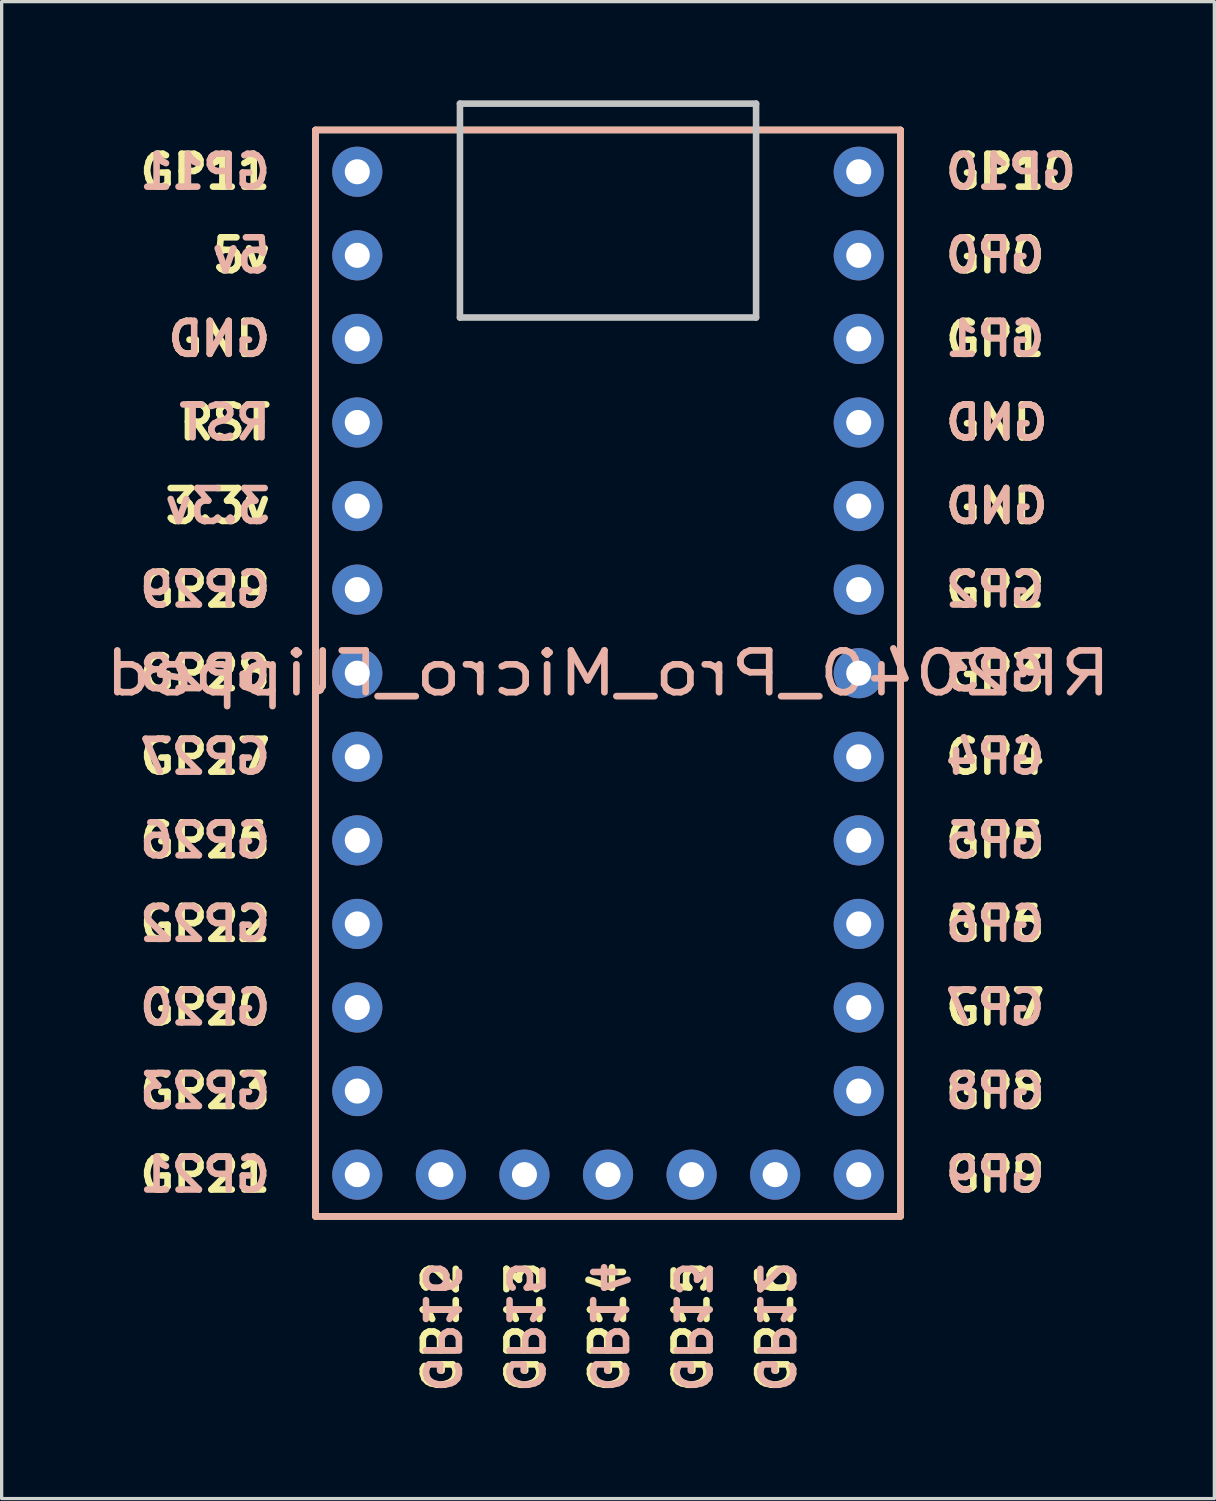
<source format=kicad_pcb>
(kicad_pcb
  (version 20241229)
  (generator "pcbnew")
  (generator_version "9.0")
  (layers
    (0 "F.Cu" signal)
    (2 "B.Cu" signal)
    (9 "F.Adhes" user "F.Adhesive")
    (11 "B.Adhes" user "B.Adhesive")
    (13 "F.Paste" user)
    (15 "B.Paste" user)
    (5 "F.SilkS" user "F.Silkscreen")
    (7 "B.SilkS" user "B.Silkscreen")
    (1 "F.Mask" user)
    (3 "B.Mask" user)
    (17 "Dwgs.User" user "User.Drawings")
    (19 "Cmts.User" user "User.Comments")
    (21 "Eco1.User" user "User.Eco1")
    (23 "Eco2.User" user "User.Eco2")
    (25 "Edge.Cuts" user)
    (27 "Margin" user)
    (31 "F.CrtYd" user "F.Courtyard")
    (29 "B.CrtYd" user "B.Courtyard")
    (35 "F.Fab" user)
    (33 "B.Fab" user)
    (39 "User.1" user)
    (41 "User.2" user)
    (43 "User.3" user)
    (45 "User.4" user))
  (footprint "RP2040_Pro_Micro_Flipped"
    (layer "F.Cu")
    (at 15.429 18.68)
    (property "Reference" "RP2040_Pro_Micro_Flipped" (at 0 -1.27 0) (layer "B.SilkS") (effects (font (size 1.27 1.524) (thickness 0.203)) (justify mirror)))
    (attr through_hole)
    (fp_line (start -8.89 -17.78) (end -8.89 15.24) (stroke (width 0.2) (type solid)) (layer "F.SilkS"))
    (fp_line (start -8.89 15.24) (end 8.89 15.24) (stroke (width 0.2) (type solid)) (layer "F.SilkS"))
    (fp_line (start 8.89 -17.78) (end -8.89 -17.78) (stroke (width 0.2) (type solid)) (layer "F.SilkS"))
    (fp_line (start 8.89 15.24) (end 8.89 -17.78) (stroke (width 0.2) (type solid)) (layer "F.SilkS"))
    (fp_line (start -8.89 -17.78) (end -8.89 15.24) (stroke (width 0.2) (type solid)) (layer "B.SilkS"))
    (fp_line (start -8.89 15.24) (end 8.89 15.24) (stroke (width 0.2) (type solid)) (layer "B.SilkS"))
    (fp_line (start 8.89 -17.78) (end -8.89 -17.78) (stroke (width 0.2) (type solid)) (layer "B.SilkS"))
    (fp_line (start 8.89 15.24) (end 8.89 -17.78) (stroke (width 0.2) (type solid)) (layer "B.SilkS"))
    (fp_line (start -4.5 -18.58) (end -4.5 -12.08) (stroke (width 0.2) (type default)) (layer "Dwgs.User"))
    (fp_line (start -4.5 -18.58) (end 4.5 -18.58) (stroke (width 0.2) (type default)) (layer "Dwgs.User"))
    (fp_line (start -4.5 -12.08) (end 4.5 -12.08) (stroke (width 0.2) (type default)) (layer "Dwgs.User"))
    (fp_line (start 4.5 -18.58) (end 4.5 -12.08) (stroke (width 0.2) (type default)) (layer "Dwgs.User"))
    (fp_text user "GND" (at -10.16 -11.43 0) (unlocked yes) (layer "F.SilkS") (effects (font (size 1 1) (thickness 0.2) (bold yes)) (justify right)))
    (fp_text user "GP10" (at 10.16 -16.51 0) (unlocked yes) (layer "F.SilkS") (effects (font (size 1 1) (thickness 0.2) (bold yes)) (justify left)))
    (fp_text user "GP9" (at 10.16 13.97 0) (unlocked yes) (layer "F.SilkS") (effects (font (size 1 1) (thickness 0.2) (bold yes)) (justify left)))
    (fp_text user "GP7" (at 10.16 8.89 0) (unlocked yes) (layer "F.SilkS") (effects (font (size 1 1) (thickness 0.2) (bold yes)) (justify left)))
    (fp_text user "GP21" (at -10.16 13.97 0) (unlocked yes) (layer "F.SilkS") (effects (font (size 1 1) (thickness 0.2) (bold yes)) (justify right)))
    (fp_text user "GND" (at 10.16 -8.89 0) (unlocked yes) (layer "F.SilkS") (effects (font (size 1 1) (thickness 0.2) (bold yes)) (justify left)))
    (fp_text user "GP13" (at -2.54 16.51 90) (unlocked yes) (layer "F.SilkS") (effects (font (size 1 1) (thickness 0.2) (bold yes)) (justify right)))
    (fp_text user "GP2" (at 10.16 -3.81 0) (unlocked yes) (layer "F.SilkS") (effects (font (size 1 1) (thickness 0.2) (bold yes)) (justify left)))
    (fp_text user "GP15" (at 2.54 16.51 90) (unlocked yes) (layer "F.SilkS") (effects (font (size 1 1) (thickness 0.2) (bold yes)) (justify right)))
    (fp_text user "GP8" (at 10.16 11.43 0) (unlocked yes) (layer "F.SilkS") (effects (font (size 1 1) (thickness 0.2) (bold yes)) (justify left)))
    (fp_text user "GP22" (at -10.16 6.35 0) (unlocked yes) (layer "F.SilkS") (effects (font (size 1 1) (thickness 0.2) (bold yes)) (justify right)))
    (fp_text user "GP1" (at 10.16 -11.43 0) (unlocked yes) (layer "F.SilkS") (effects (font (size 1 1) (thickness 0.2) (bold yes)) (justify left)))
    (fp_text user "GP28" (at -10.16 -1.27 0) (unlocked yes) (layer "F.SilkS") (effects (font (size 1 1) (thickness 0.2) (bold yes)) (justify right)))
    (fp_text user "GP26" (at -10.16 3.81 0) (unlocked yes) (layer "F.SilkS") (effects (font (size 1 1) (thickness 0.2) (bold yes)) (justify right)))
    (fp_text user "GP20" (at -10.16 8.89 0) (unlocked yes) (layer "F.SilkS") (effects (font (size 1 1) (thickness 0.2) (bold yes)) (justify right)))
    (fp_text user "GP6" (at 10.16 6.35 0) (unlocked yes) (layer "F.SilkS") (effects (font (size 1 1) (thickness 0.2) (bold yes)) (justify left)))
    (fp_text user "5v" (at -10.16 -13.97 0) (unlocked yes) (layer "F.SilkS") (effects (font (size 1 1) (thickness 0.2) (bold yes)) (justify right)))
    (fp_text user "GP3" (at 10.16 -1.27 0) (unlocked yes) (layer "F.SilkS") (effects (font (size 1 1) (thickness 0.2) (bold yes)) (justify left)))
    (fp_text user "GP0" (at 10.16 -13.97 0) (unlocked yes) (layer "F.SilkS") (effects (font (size 1 1) (thickness 0.2) (bold yes)) (justify left)))
    (fp_text user "GP4" (at 10.16 1.27 0) (unlocked yes) (layer "F.SilkS") (effects (font (size 1 1) (thickness 0.2) (bold yes)) (justify left)))
    (fp_text user "GP16" (at 5.08 16.51 90) (unlocked yes) (layer "F.SilkS") (effects (font (size 1 1) (thickness 0.2) (bold yes)) (justify right)))
    (fp_text user "GP29" (at -10.16 -3.81 0) (unlocked yes) (layer "F.SilkS") (effects (font (size 1 1) (thickness 0.2) (bold yes)) (justify right)))
    (fp_text user "GP11" (at -10.16 -16.51 0) (unlocked yes) (layer "F.SilkS") (effects (font (size 1 1) (thickness 0.2) (bold yes)) (justify right)))
    (fp_text user "GP12" (at -5.08 16.51 90) (unlocked yes) (layer "F.SilkS") (effects (font (size 1 1) (thickness 0.2) (bold yes)) (justify right)))
    (fp_text user "GP14" (at 0 16.51 90) (unlocked yes) (layer "F.SilkS") (effects (font (size 1 1) (thickness 0.2) (bold yes)) (justify right)))
    (fp_text user "GP23" (at -10.16 11.43 0) (unlocked yes) (layer "F.SilkS") (effects (font (size 1 1) (thickness 0.2) (bold yes)) (justify right)))
    (fp_text user "GP5" (at 10.16 3.81 0) (unlocked yes) (layer "F.SilkS") (effects (font (size 1 1) (thickness 0.2) (bold yes)) (justify left)))
    (fp_text user "GND" (at 10.16 -6.35 0) (unlocked yes) (layer "F.SilkS") (effects (font (size 1 1) (thickness 0.2) (bold yes)) (justify left)))
    (fp_text user "GP27" (at -10.16 1.27 0) (unlocked yes) (layer "F.SilkS") (effects (font (size 1 1) (thickness 0.2) (bold yes)) (justify right)))
    (fp_text user "3.3v" (at -10.16 -6.35 0) (unlocked yes) (layer "F.SilkS") (effects (font (size 1 1) (thickness 0.2) (bold yes)) (justify right)))
    (fp_text user "RST" (at -10.16 -8.89 0) (unlocked yes) (layer "F.SilkS") (effects (font (size 1 1) (thickness 0.2) (bold yes)) (justify right)))
    (fp_text user "GP22" (at -10.16 6.35 0) (unlocked yes) (layer "B.SilkS") (effects (font (size 1 1) (thickness 0.2) (bold yes)) (justify left mirror)))
    (fp_text user "GP21" (at -10.16 13.97 0) (unlocked yes) (layer "B.SilkS") (effects (font (size 1 1) (thickness 0.2) (bold yes)) (justify left mirror)))
    (fp_text user "RST" (at -10.16 -8.89 0) (unlocked yes) (layer "B.SilkS") (effects (font (size 1 1) (thickness 0.2) (bold yes)) (justify left mirror)))
    (fp_text user "GND" (at -10.16 -11.43 0) (unlocked yes) (layer "B.SilkS") (effects (font (size 1 1) (thickness 0.2) (bold yes)) (justify left mirror)))
    (fp_text user "GP14" (at 0 16.51 270) (unlocked yes) (layer "B.SilkS") (effects (font (size 1 1) (thickness 0.2) (bold yes)) (justify right mirror)))
    (fp_text user "GP29" (at -10.16 -3.81 0) (unlocked yes) (layer "B.SilkS") (effects (font (size 1 1) (thickness 0.2) (bold yes)) (justify left mirror)))
    (fp_text user "GP5" (at 10.16 3.81 0) (unlocked yes) (layer "B.SilkS") (effects (font (size 1 1) (thickness 0.2) (bold yes)) (justify right mirror)))
    (fp_text user "GP3" (at 10.16 -1.27 0) (unlocked yes) (layer "B.SilkS") (effects (font (size 1 1) (thickness 0.2) (bold yes)) (justify right mirror)))
    (fp_text user "GP6" (at 10.16 6.35 0) (unlocked yes) (layer "B.SilkS") (effects (font (size 1 1) (thickness 0.2) (bold yes)) (justify right mirror)))
    (fp_text user "GP28" (at -10.16 -1.27 0) (unlocked yes) (layer "B.SilkS") (effects (font (size 1 1) (thickness 0.2) (bold yes)) (justify left mirror)))
    (fp_text user "GP7" (at 10.16 8.89 0) (unlocked yes) (layer "B.SilkS") (effects (font (size 1 1) (thickness 0.2) (bold yes)) (justify right mirror)))
    (fp_text user "GP12" (at 5.08 16.51 270) (unlocked yes) (layer "B.SilkS") (effects (font (size 1 1) (thickness 0.2) (bold yes)) (justify right mirror)))
    (fp_text user "GP9" (at 10.16 13.97 0) (unlocked yes) (layer "B.SilkS") (effects (font (size 1 1) (thickness 0.2) (bold yes)) (justify right mirror)))
    (fp_text user "GP27" (at -10.16 1.27 0) (unlocked yes) (layer "B.SilkS") (effects (font (size 1 1) (thickness 0.2) (bold yes)) (justify left mirror)))
    (fp_text user "5v" (at -10.16 -13.97 0) (unlocked yes) (layer "B.SilkS") (effects (font (size 1 1) (thickness 0.2) (bold yes)) (justify left mirror)))
    (fp_text user "GP11" (at -10.16 -16.51 0) (unlocked yes) (layer "B.SilkS") (effects (font (size 1 1) (thickness 0.2) (bold yes)) (justify left mirror)))
    (fp_text user "GP23" (at -10.16 11.43 0) (unlocked yes) (layer "B.SilkS") (effects (font (size 1 1) (thickness 0.2) (bold yes)) (justify left mirror)))
    (fp_text user "GP8" (at 10.16 11.43 0) (unlocked yes) (layer "B.SilkS") (effects (font (size 1 1) (thickness 0.2) (bold yes)) (justify right mirror)))
    (fp_text user "GND" (at 10.16 -6.35 0) (unlocked yes) (layer "B.SilkS") (effects (font (size 1 1) (thickness 0.2) (bold yes)) (justify right mirror)))
    (fp_text user "GP13" (at 2.54 16.51 270) (unlocked yes) (layer "B.SilkS") (effects (font (size 1 1) (thickness 0.2) (bold yes)) (justify right mirror)))
    (fp_text user "3.3v" (at -10.16 -6.35 0) (unlocked yes) (layer "B.SilkS") (effects (font (size 1 1) (thickness 0.2) (bold yes)) (justify left mirror)))
    (fp_text user "GND" (at 10.16 -8.89 0) (unlocked yes) (layer "B.SilkS") (effects (font (size 1 1) (thickness 0.2) (bold yes)) (justify right mirror)))
    (fp_text user "GP26" (at -10.16 3.81 0) (unlocked yes) (layer "B.SilkS") (effects (font (size 1 1) (thickness 0.2) (bold yes)) (justify left mirror)))
    (fp_text user "GP15" (at -2.54 16.51 270) (unlocked yes) (layer "B.SilkS") (effects (font (size 1 1) (thickness 0.2) (bold yes)) (justify right mirror)))
    (fp_text user "GP16" (at -5.08 16.51 270) (unlocked yes) (layer "B.SilkS") (effects (font (size 1 1) (thickness 0.2) (bold yes)) (justify right mirror)))
    (fp_text user "GP4" (at 10.16 1.27 0) (unlocked yes) (layer "B.SilkS") (effects (font (size 1 1) (thickness 0.2) (bold yes)) (justify right mirror)))
    (fp_text user "GP1" (at 10.16 -11.43 0) (unlocked yes) (layer "B.SilkS") (effects (font (size 1 1) (thickness 0.2) (bold yes)) (justify right mirror)))
    (fp_text user "GP2" (at 10.16 -3.81 0) (unlocked yes) (layer "B.SilkS") (effects (font (size 1 1) (thickness 0.2) (bold yes)) (justify right mirror)))
    (fp_text user "GP0" (at 10.16 -13.97 0) (unlocked yes) (layer "B.SilkS") (effects (font (size 1 1) (thickness 0.2) (bold yes)) (justify right mirror)))
    (fp_text user "GP10" (at 10.16 -16.51 0) (unlocked yes) (layer "B.SilkS") (effects (font (size 1 1) (thickness 0.2) (bold yes)) (justify right mirror)))
    (fp_text user "GP20" (at -10.16 8.89 0) (unlocked yes) (layer "B.SilkS") (effects (font (size 1 1) (thickness 0.2) (bold yes)) (justify left mirror)))
    (pad "1" thru_hole circle (at 7.62 -16.51) (size 1.524 1.524) (drill 0.762) (layers "*.Cu" "*.Mask"))
    (pad "2" thru_hole circle (at 7.62 -13.97) (size 1.524 1.524) (drill 0.762) (layers "*.Cu" "*.Mask"))
    (pad "3" thru_hole circle (at 7.62 -11.43) (size 1.524 1.524) (drill 0.762) (layers "*.Cu" "*.Mask"))
    (pad "4" thru_hole circle (at 7.62 -8.89) (size 1.524 1.524) (drill 0.762) (layers "*.Cu" "*.Mask"))
    (pad "5" thru_hole circle (at 7.62 -6.35) (size 1.524 1.524) (drill 0.762) (layers "*.Cu" "*.Mask"))
    (pad "6" thru_hole circle (at 7.62 -3.81) (size 1.524 1.524) (drill 0.762) (layers "*.Cu" "*.Mask"))
    (pad "7" thru_hole circle (at 7.62 -1.27) (size 1.524 1.524) (drill 0.762) (layers "*.Cu" "*.Mask"))
    (pad "8" thru_hole circle (at 7.62 1.27) (size 1.524 1.524) (drill 0.762) (layers "*.Cu" "*.Mask"))
    (pad "9" thru_hole circle (at 7.62 3.81) (size 1.524 1.524) (drill 0.762) (layers "*.Cu" "*.Mask"))
    (pad "10" thru_hole circle (at 7.62 6.35) (size 1.524 1.524) (drill 0.762) (layers "*.Cu" "*.Mask"))
    (pad "11" thru_hole circle (at 7.62 8.89) (size 1.524 1.524) (drill 0.762) (layers "*.Cu" "*.Mask"))
    (pad "12" thru_hole circle (at 7.62 11.43) (size 1.524 1.524) (drill 0.762) (layers "*.Cu" "*.Mask"))
    (pad "13" thru_hole circle (at 7.62 13.97) (size 1.524 1.524) (drill 0.762) (layers "*.Cu" "*.Mask"))
    (pad "14" thru_hole circle (at 5.08 13.97) (size 1.524 1.524) (drill 0.762) (layers "*.Cu" "*.Mask"))
    (pad "15" thru_hole circle (at 2.54 13.97) (size 1.524 1.524) (drill 0.762) (layers "*.Cu" "*.Mask"))
    (pad "16" thru_hole circle (at 0 13.97) (size 1.524 1.524) (drill 0.762) (layers "*.Cu" "*.Mask"))
    (pad "17" thru_hole circle (at -2.54 13.97) (size 1.524 1.524) (drill 0.762) (layers "*.Cu" "*.Mask"))
    (pad "18" thru_hole circle (at -5.08 13.97) (size 1.524 1.524) (drill 0.762) (layers "*.Cu" "*.Mask"))
    (pad "19" thru_hole circle (at -7.62 13.97) (size 1.524 1.524) (drill 0.762) (layers "*.Cu" "*.Mask"))
    (pad "20" thru_hole circle (at -7.62 11.43) (size 1.524 1.524) (drill 0.762) (layers "*.Cu" "*.Mask"))
    (pad "21" thru_hole circle (at -7.62 8.89) (size 1.524 1.524) (drill 0.762) (layers "*.Cu" "*.Mask"))
    (pad "22" thru_hole circle (at -7.62 6.35) (size 1.524 1.524) (drill 0.762) (layers "*.Cu" "*.Mask"))
    (pad "23" thru_hole circle (at -7.62 3.81) (size 1.524 1.524) (drill 0.762) (layers "*.Cu" "*.Mask"))
    (pad "24" thru_hole circle (at -7.62 1.27) (size 1.524 1.524) (drill 0.762) (layers "*.Cu" "*.Mask"))
    (pad "25" thru_hole circle (at -7.62 -1.27) (size 1.524 1.524) (drill 0.762) (layers "*.Cu" "*.Mask"))
    (pad "26" thru_hole circle (at -7.62 -3.81) (size 1.524 1.524) (drill 0.762) (layers "*.Cu" "*.Mask"))
    (pad "27" thru_hole circle (at -7.62 -6.35) (size 1.524 1.524) (drill 0.762) (layers "*.Cu" "*.Mask"))
    (pad "28" thru_hole circle (at -7.62 -8.89) (size 1.524 1.524) (drill 0.762) (layers "*.Cu" "*.Mask"))
    (pad "29" thru_hole circle (at -7.62 -11.43) (size 1.524 1.524) (drill 0.762) (layers "*.Cu" "*.Mask"))
    (pad "30" thru_hole circle (at -7.62 -13.97) (size 1.524 1.524) (drill 0.762) (layers "*.Cu" "*.Mask"))
    (pad "31" thru_hole circle (at -7.62 -16.51) (size 1.524 1.524) (drill 0.762) (layers "*.Cu" "*.Mask")))
  (gr_rect
    (start -3 -3)
    (end 33.857 42.495)
    (stroke (width 0.1) (type default))
    (fill no)
    (layer "Edge.Cuts")))
</source>
